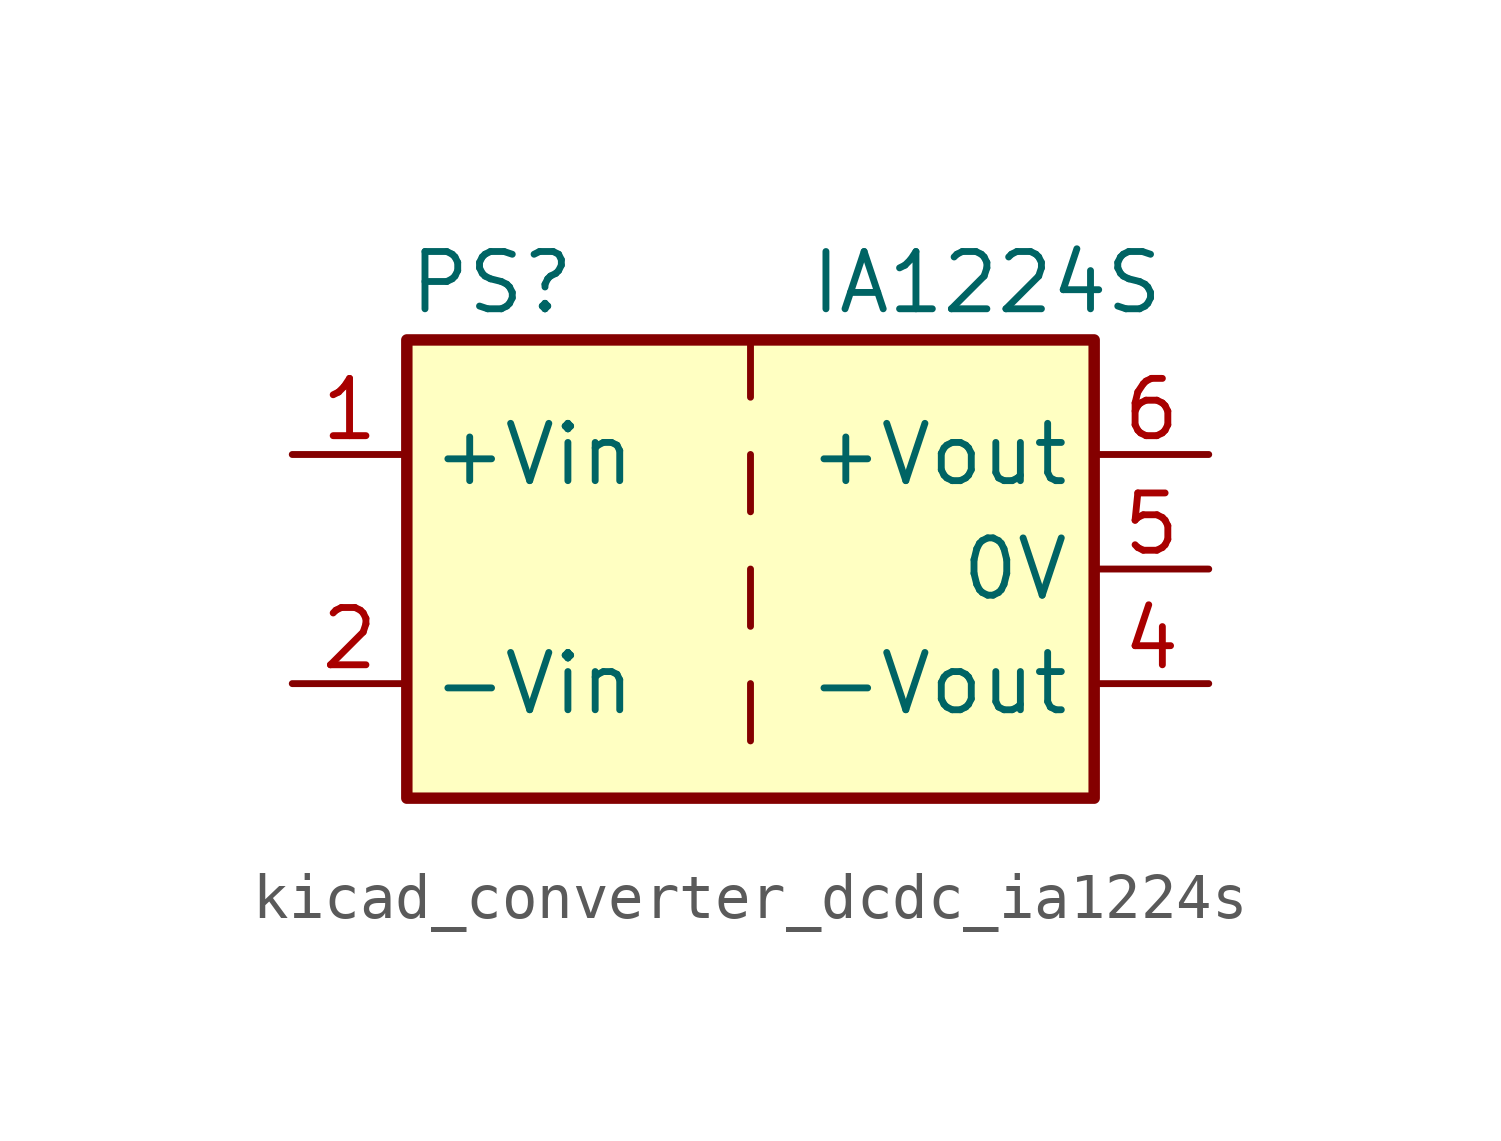
<source format=kicad_sym>
(kicad_symbol_lib
  (version 20220914)
  (generator kicad_symbol_editor)
  (symbol "kicad_converter_dcdc_ia1224s"
    (property "Reference" "PS"
      (at -7.62 6.35 0)
      (effects (font (size 1.27 1.27)) (justify left)))
    (property "Value" "IA1224S"
      (at 1.27 6.35 0)
      (effects (font (size 1.27 1.27)) (justify left)))
    (symbol "kicad_converter_dcdc_ia1224s_0_0"
      (pin power_in line (at -10.16 2.54 0) (length 2.54) (name "+Vin" (effects (font (size 1.27 1.27)))) (number "1" (effects (font (size 1.27 1.27)))))
      (pin power_in line (at -10.16 -2.54 0) (length 2.54) (name "-Vin" (effects (font (size 1.27 1.27)))) (number "2" (effects (font (size 1.27 1.27)))))
      (pin power_out line (at 10.16 -2.54 180) (length 2.54) (name "-Vout" (effects (font (size 1.27 1.27)))) (number "4" (effects (font (size 1.27 1.27)))))
      (pin power_out line (at 10.16 0 180) (length 2.54) (name "0V" (effects (font (size 1.27 1.27)))) (number "5" (effects (font (size 1.27 1.27)))))
      (pin power_out line (at 10.16 2.54 180) (length 2.54) (name "+Vout" (effects (font (size 1.27 1.27)))) (number "6" (effects (font (size 1.27 1.27))))))
    (symbol "kicad_converter_dcdc_ia1224s_0_1"
      (rectangle (start -7.62 5.08) (end 7.62 -5.08) (stroke (width 0.254) (type default)) (fill (type background)))
      (polyline (pts (xy 0 -2.54) (xy 0 -3.81)) (stroke (width 0) (type default)) (fill (type none)))
      (polyline (pts (xy 0 0) (xy 0 -1.27)) (stroke (width 0) (type default)) (fill (type none)))
      (polyline (pts (xy 0 2.54) (xy 0 1.27)) (stroke (width 0) (type default)) (fill (type none)))
      (polyline (pts (xy 0 5.08) (xy 0 3.81)) (stroke (width 0) (type default)) (fill (type none))))))
</source>
